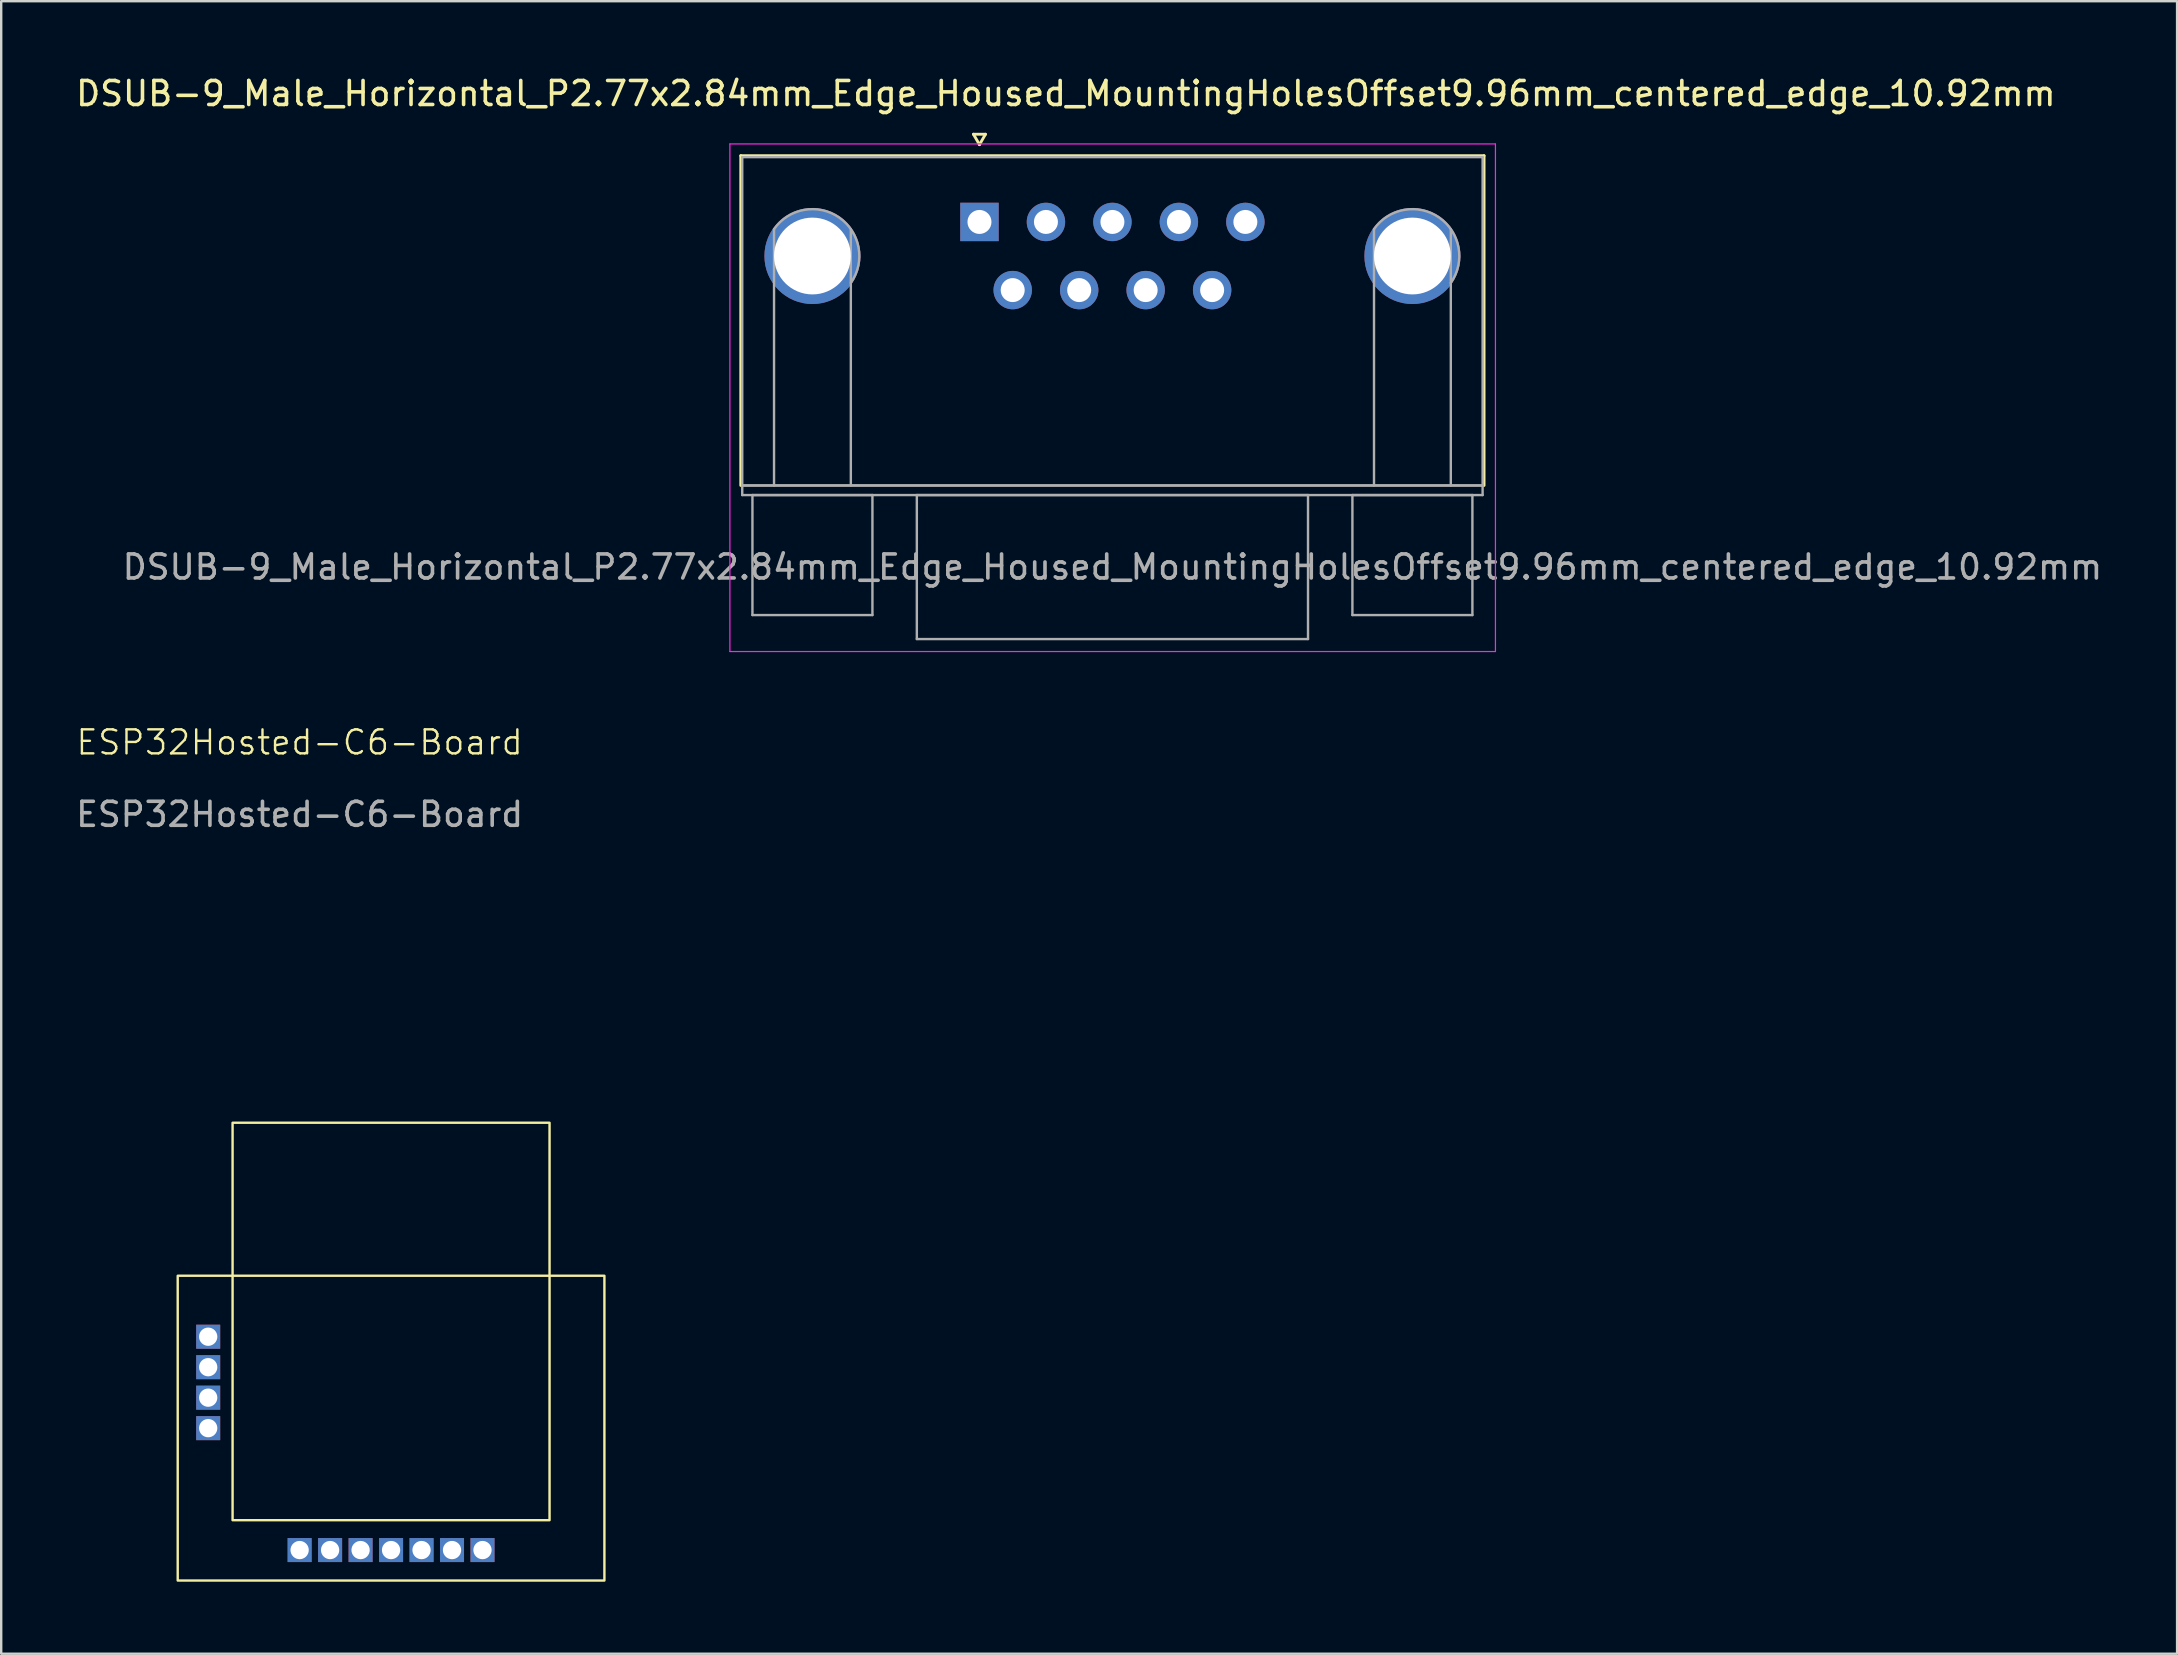
<source format=kicad_pcb>
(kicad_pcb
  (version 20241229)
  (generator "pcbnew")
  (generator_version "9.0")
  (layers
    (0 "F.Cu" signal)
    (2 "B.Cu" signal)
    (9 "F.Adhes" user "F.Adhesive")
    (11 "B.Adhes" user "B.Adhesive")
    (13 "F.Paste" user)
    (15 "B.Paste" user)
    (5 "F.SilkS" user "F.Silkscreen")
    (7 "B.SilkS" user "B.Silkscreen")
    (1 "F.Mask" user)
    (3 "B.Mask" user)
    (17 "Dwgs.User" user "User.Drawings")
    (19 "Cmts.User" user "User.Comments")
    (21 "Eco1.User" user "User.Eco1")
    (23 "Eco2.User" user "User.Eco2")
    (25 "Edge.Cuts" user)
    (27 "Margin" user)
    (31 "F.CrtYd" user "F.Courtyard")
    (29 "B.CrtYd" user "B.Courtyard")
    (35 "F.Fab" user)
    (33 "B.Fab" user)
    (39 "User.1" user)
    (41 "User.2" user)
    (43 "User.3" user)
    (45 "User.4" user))
  (footprint "DSUB-9_Male_Horizontal_P2.77x2.84mm_Edge_Housed_MountingHolesOffset9.96mm_centered_edge_10.92mm"
    (layer "F.Cu")
    (at 37.763 6.198)
    (property "Reference" "DSUB-9_Male_Horizontal_P2.77x2.84mm_Edge_Housed_MountingHolesOffset9.96mm_centered_edge_10.92mm" (at 3.6 -5.35 0) (layer "F.SilkS") (effects (font (size 1 1) (thickness 0.15))))
    (attr through_hole)
    (fp_line (start -9.945 -2.76) (end 21.025 -2.76) (stroke (width 0.12) (type solid)) (layer "F.SilkS"))
    (fp_line (start -9.945 10.98) (end -9.945 -2.76) (stroke (width 0.12) (type solid)) (layer "F.SilkS"))
    (fp_line (start -0.25 -3.654) (end 0.25 -3.654) (stroke (width 0.12) (type solid)) (layer "F.SilkS"))
    (fp_line (start 0 -3.221) (end -0.25 -3.654) (stroke (width 0.12) (type solid)) (layer "F.SilkS"))
    (fp_line (start 0.25 -3.654) (end 0 -3.221) (stroke (width 0.12) (type solid)) (layer "F.SilkS"))
    (fp_line (start 21.025 -2.76) (end 21.025 10.98) (stroke (width 0.12) (type solid)) (layer "F.SilkS"))
    (fp_line (start -10.4 -3.25) (end -10.4 17.9) (stroke (width 0.05) (type solid)) (layer "F.CrtYd"))
    (fp_line (start -10.4 17.9) (end 21.5 17.9) (stroke (width 0.05) (type solid)) (layer "F.CrtYd"))
    (fp_line (start 21.5 -3.25) (end -10.4 -3.25) (stroke (width 0.05) (type solid)) (layer "F.CrtYd"))
    (fp_line (start 21.5 17.9) (end 21.5 -3.25) (stroke (width 0.05) (type solid)) (layer "F.CrtYd"))
    (fp_line (start -9.885 -2.7) (end -9.885 10.98) (stroke (width 0.1) (type solid)) (layer "F.Fab"))
    (fp_line (start -9.885 10.98) (end -9.885 11.38) (stroke (width 0.1) (type solid)) (layer "F.Fab"))
    (fp_line (start -9.885 10.98) (end 20.965 10.98) (stroke (width 0.1) (type solid)) (layer "F.Fab"))
    (fp_line (start -9.885 11.38) (end 20.965 11.38) (stroke (width 0.1) (type solid)) (layer "F.Fab"))
    (fp_line (start -9.46 11.38) (end -9.46 16.38) (stroke (width 0.1) (type solid)) (layer "F.Fab"))
    (fp_line (start -9.46 16.38) (end -4.46 16.38) (stroke (width 0.1) (type solid)) (layer "F.Fab"))
    (fp_line (start -8.56 10.98) (end -8.56 0.3) (stroke (width 0.1) (type solid)) (layer "F.Fab"))
    (fp_line (start -5.36 10.98) (end -5.36 0.3) (stroke (width 0.1) (type solid)) (layer "F.Fab"))
    (fp_line (start -4.46 11.38) (end -9.46 11.38) (stroke (width 0.1) (type solid)) (layer "F.Fab"))
    (fp_line (start -4.46 16.38) (end -4.46 11.38) (stroke (width 0.1) (type solid)) (layer "F.Fab"))
    (fp_line (start -2.61 11.38) (end -2.61 17.38) (stroke (width 0.1) (type solid)) (layer "F.Fab"))
    (fp_line (start -2.61 17.38) (end 13.69 17.38) (stroke (width 0.1) (type solid)) (layer "F.Fab"))
    (fp_line (start 13.69 11.38) (end -2.61 11.38) (stroke (width 0.1) (type solid)) (layer "F.Fab"))
    (fp_line (start 13.69 17.38) (end 13.69 11.38) (stroke (width 0.1) (type solid)) (layer "F.Fab"))
    (fp_line (start 15.54 11.38) (end 15.54 16.38) (stroke (width 0.1) (type solid)) (layer "F.Fab"))
    (fp_line (start 15.54 16.38) (end 20.54 16.38) (stroke (width 0.1) (type solid)) (layer "F.Fab"))
    (fp_line (start 16.44 10.98) (end 16.44 0.3) (stroke (width 0.1) (type solid)) (layer "F.Fab"))
    (fp_line (start 19.64 10.98) (end 19.64 0.3) (stroke (width 0.1) (type solid)) (layer "F.Fab"))
    (fp_line (start 20.54 11.38) (end 15.54 11.38) (stroke (width 0.1) (type solid)) (layer "F.Fab"))
    (fp_line (start 20.54 16.38) (end 20.54 11.38) (stroke (width 0.1) (type solid)) (layer "F.Fab"))
    (fp_line (start 20.965 -2.7) (end -9.885 -2.7) (stroke (width 0.1) (type solid)) (layer "F.Fab"))
    (fp_line (start 20.965 10.98) (end -9.885 10.98) (stroke (width 0.1) (type solid)) (layer "F.Fab"))
    (fp_line (start 20.965 10.98) (end 20.965 -2.7) (stroke (width 0.1) (type solid)) (layer "F.Fab"))
    (fp_line (start 20.965 11.38) (end 20.965 10.98) (stroke (width 0.1) (type solid)) (layer "F.Fab"))
    (fp_arc (start -8.56 0.3) (mid -5.84 -0.18) (end -5.36 2.54) (stroke (width 0.1) (type solid)) (layer "F.Fab"))
    (fp_arc (start 16.44 0.3) (mid 19.16 -0.18) (end 19.64 2.54) (stroke (width 0.1) (type solid)) (layer "F.Fab"))
    (fp_text user "${REFERENCE}" (at 5.54 14.38 0) (layer "F.Fab") (effects (font (size 1 1) (thickness 0.15))))
    (pad "0" thru_hole circle (at -6.96 1.42) (size 4 4) (drill 3.2) (layers "*.Cu" "*.Mask"))
    (pad "0" thru_hole circle (at 18.04 1.42) (size 4 4) (drill 3.2) (layers "*.Cu" "*.Mask"))
    (pad "1" thru_hole rect (at 0 0) (size 1.6 1.6) (drill 1) (layers "*.Cu" "*.Mask"))
    (pad "2" thru_hole circle (at 2.77 0) (size 1.6 1.6) (drill 1) (layers "*.Cu" "*.Mask"))
    (pad "3" thru_hole circle (at 5.54 0) (size 1.6 1.6) (drill 1) (layers "*.Cu" "*.Mask"))
    (pad "4" thru_hole circle (at 8.31 0) (size 1.6 1.6) (drill 1) (layers "*.Cu" "*.Mask"))
    (pad "5" thru_hole circle (at 11.08 0) (size 1.6 1.6) (drill 1) (layers "*.Cu" "*.Mask"))
    (pad "6" thru_hole circle (at 1.385 2.84) (size 1.6 1.6) (drill 1) (layers "*.Cu" "*.Mask"))
    (pad "7" thru_hole circle (at 4.155 2.84) (size 1.6 1.6) (drill 1) (layers "*.Cu" "*.Mask"))
    (pad "8" thru_hole circle (at 6.925 2.84) (size 1.6 1.6) (drill 1) (layers "*.Cu" "*.Mask"))
    (pad "9" thru_hole circle (at 9.695 2.84) (size 1.6 1.6) (drill 1) (layers "*.Cu" "*.Mask")))
  (footprint "ESP32Hosted-C6-Board"
    (layer "F.Cu")
    (at 13.245 52.014)
    (property "Reference" "ESP32Hosted-C6-Board" (at -3.81 -24.13 0) (unlocked yes) (layer "F.SilkS") (effects (font (size 1 1) (thickness 0.1))))
    (attr through_hole)
    (fp_rect (start -8.89 -1.905) (end 8.89 10.795) (stroke (width 0.1) (type default)) (fill no) (layer "F.SilkS"))
    (fp_rect (start -6.604 -8.28) (end 6.604 8.28) (stroke (width 0.1) (type default)) (fill no) (layer "F.SilkS"))
    (fp_text user "${REFERENCE}" (at -3.81 -21.13 0) (unlocked yes) (layer "F.Fab") (effects (font (size 1 1) (thickness 0.15))))
    (pad "1" thru_hole rect (at -7.62 0.635) (size 1 1) (drill 0.762) (layers "*.Cu" "*.Mask"))
    (pad "2" thru_hole rect (at -7.62 1.905) (size 1 1) (drill 0.762) (layers "*.Cu" "*.Mask"))
    (pad "3" thru_hole rect (at -7.62 3.175) (size 1 1) (drill 0.762) (layers "*.Cu" "*.Mask"))
    (pad "4" thru_hole rect (at -7.62 4.445) (size 1 1) (drill 0.762) (layers "*.Cu" "*.Mask"))
    (pad "5" thru_hole rect (at -3.81 9.525) (size 1 1) (drill 0.762) (layers "*.Cu" "*.Mask"))
    (pad "6" thru_hole rect (at -2.54 9.525) (size 1 1) (drill 0.762) (layers "*.Cu" "*.Mask"))
    (pad "7" thru_hole rect (at -1.27 9.525) (size 1 1) (drill 0.762) (layers "*.Cu" "*.Mask"))
    (pad "8" thru_hole rect (at 0 9.525) (size 1 1) (drill 0.762) (layers "*.Cu" "*.Mask"))
    (pad "9" thru_hole rect (at 1.27 9.525) (size 1 1) (drill 0.762) (layers "*.Cu" "*.Mask"))
    (pad "10" thru_hole rect (at 2.54 9.525) (size 1 1) (drill 0.762) (layers "*.Cu" "*.Mask"))
    (pad "11" thru_hole rect (at 3.81 9.525) (size 1 1) (drill 0.762) (layers "*.Cu" "*.Mask")))
  (gr_rect
    (start -3 -3)
    (end 87.666 65.859)
    (stroke (width 0.1) (type default))
    (fill no)
    (layer "Edge.Cuts")))
</source>
